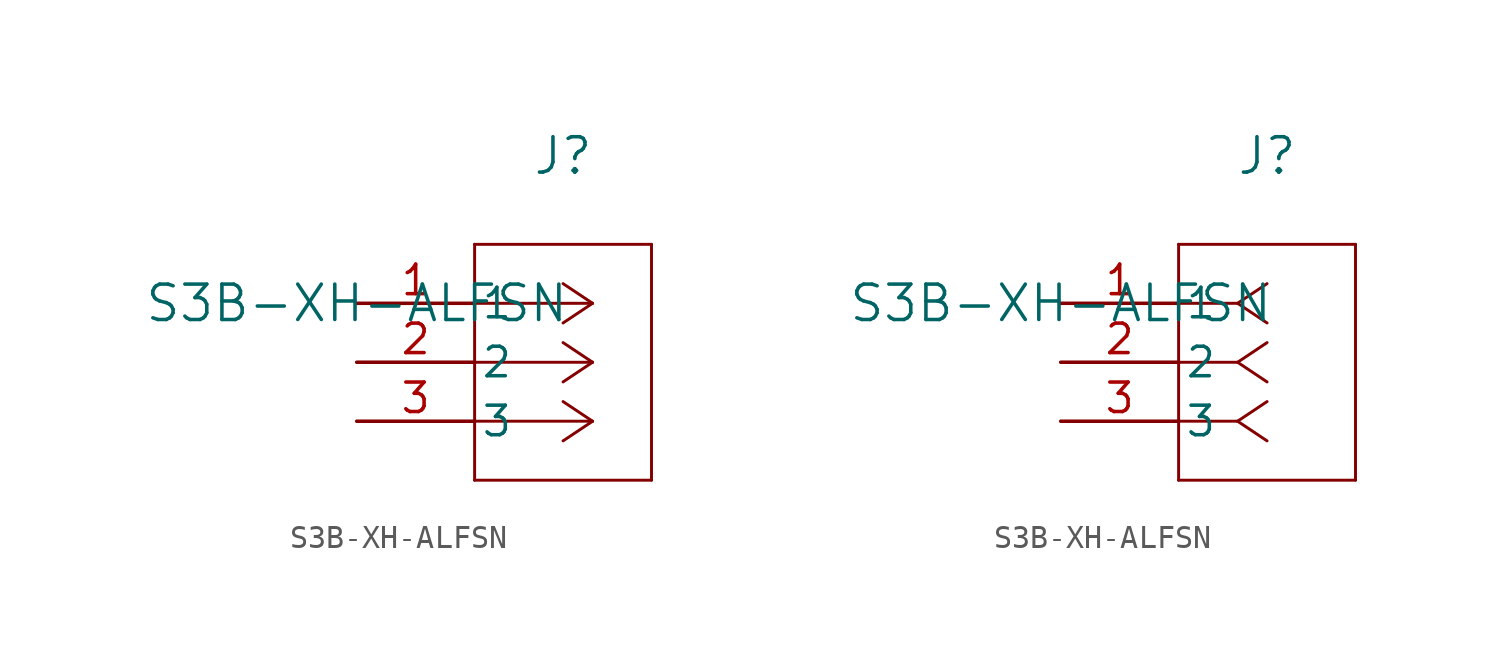
<source format=kicad_sym>
(kicad_symbol_lib
  (version 20211014)
  (generator kicad_symbol_editor)
  (symbol "S3B-XH-ALFSN"
    (pin_names
      (offset 0.254))
    (property "Reference" "J"
      (at 8.89 6.35 0)
      (effects (font (size 1.524 1.524))))
    (property "Value" "S3B-XH-ALFSN"
      (at 0 0 0)
      (effects (font (size 1.524 1.524))))
    (symbol "S3B-XH-ALFSN_1_1"
      (polyline (pts (xy 10.16 0) (xy 5.08 0)) (stroke (width 0.127) (type default) (color 0 0 0 0)) (fill (type none)))
      (polyline (pts (xy 10.16 -2.54) (xy 5.08 -2.54)) (stroke (width 0.127) (type default) (color 0 0 0 0)) (fill (type none)))
      (polyline (pts (xy 10.16 -5.08) (xy 5.08 -5.08)) (stroke (width 0.127) (type default) (color 0 0 0 0)) (fill (type none)))
      (polyline (pts (xy 10.16 0) (xy 8.89 0.847)) (stroke (width 0.127) (type default) (color 0 0 0 0)) (fill (type none)))
      (polyline (pts (xy 10.16 -2.54) (xy 8.89 -1.693)) (stroke (width 0.127) (type default) (color 0 0 0 0)) (fill (type none)))
      (polyline (pts (xy 10.16 -5.08) (xy 8.89 -4.233)) (stroke (width 0.127) (type default) (color 0 0 0 0)) (fill (type none)))
      (polyline (pts (xy 10.16 0) (xy 8.89 -0.847)) (stroke (width 0.127) (type default) (color 0 0 0 0)) (fill (type none)))
      (polyline (pts (xy 10.16 -2.54) (xy 8.89 -3.387)) (stroke (width 0.127) (type default) (color 0 0 0 0)) (fill (type none)))
      (polyline (pts (xy 10.16 -5.08) (xy 8.89 -5.927)) (stroke (width 0.127) (type default) (color 0 0 0 0)) (fill (type none)))
      (polyline (pts (xy 5.08 2.54) (xy 5.08 -7.62)) (stroke (width 0.127) (type default) (color 0 0 0 0)) (fill (type none)))
      (polyline (pts (xy 5.08 -7.62) (xy 12.7 -7.62)) (stroke (width 0.127) (type default) (color 0 0 0 0)) (fill (type none)))
      (polyline (pts (xy 12.7 -7.62) (xy 12.7 2.54)) (stroke (width 0.127) (type default) (color 0 0 0 0)) (fill (type none)))
      (polyline (pts (xy 12.7 2.54) (xy 5.08 2.54)) (stroke (width 0.127) (type default) (color 0 0 0 0)) (fill (type none)))
      (pin unspecified line (at 0 0 0) (length 5.08) (name "1" (effects (font (size 1.27 1.27)))) (number "1" (effects (font (size 1.27 1.27)))))
      (pin unspecified line (at 0 -2.54 0) (length 5.08) (name "2" (effects (font (size 1.27 1.27)))) (number "2" (effects (font (size 1.27 1.27)))))
      (pin unspecified line (at 0 -5.08 0) (length 5.08) (name "3" (effects (font (size 1.27 1.27)))) (number "3" (effects (font (size 1.27 1.27))))))
    (symbol "S3B-XH-ALFSN_1_2"
      (polyline (pts (xy 7.62 0) (xy 5.08 0)) (stroke (width 0.127) (type default) (color 0 0 0 0)) (fill (type none)))
      (polyline (pts (xy 7.62 -2.54) (xy 5.08 -2.54)) (stroke (width 0.127) (type default) (color 0 0 0 0)) (fill (type none)))
      (polyline (pts (xy 7.62 -5.08) (xy 5.08 -5.08)) (stroke (width 0.127) (type default) (color 0 0 0 0)) (fill (type none)))
      (polyline (pts (xy 7.62 0) (xy 8.89 0.847)) (stroke (width 0.127) (type default) (color 0 0 0 0)) (fill (type none)))
      (polyline (pts (xy 7.62 -2.54) (xy 8.89 -1.693)) (stroke (width 0.127) (type default) (color 0 0 0 0)) (fill (type none)))
      (polyline (pts (xy 7.62 -5.08) (xy 8.89 -4.233)) (stroke (width 0.127) (type default) (color 0 0 0 0)) (fill (type none)))
      (polyline (pts (xy 7.62 0) (xy 8.89 -0.847)) (stroke (width 0.127) (type default) (color 0 0 0 0)) (fill (type none)))
      (polyline (pts (xy 7.62 -2.54) (xy 8.89 -3.387)) (stroke (width 0.127) (type default) (color 0 0 0 0)) (fill (type none)))
      (polyline (pts (xy 7.62 -5.08) (xy 8.89 -5.927)) (stroke (width 0.127) (type default) (color 0 0 0 0)) (fill (type none)))
      (polyline (pts (xy 5.08 2.54) (xy 5.08 -7.62)) (stroke (width 0.127) (type default) (color 0 0 0 0)) (fill (type none)))
      (polyline (pts (xy 5.08 -7.62) (xy 12.7 -7.62)) (stroke (width 0.127) (type default) (color 0 0 0 0)) (fill (type none)))
      (polyline (pts (xy 12.7 -7.62) (xy 12.7 2.54)) (stroke (width 0.127) (type default) (color 0 0 0 0)) (fill (type none)))
      (polyline (pts (xy 12.7 2.54) (xy 5.08 2.54)) (stroke (width 0.127) (type default) (color 0 0 0 0)) (fill (type none)))
      (pin unspecified line (at 0 0 0) (length 5.08) (name "1" (effects (font (size 1.27 1.27)))) (number "1" (effects (font (size 1.27 1.27)))))
      (pin unspecified line (at 0 -2.54 0) (length 5.08) (name "2" (effects (font (size 1.27 1.27)))) (number "2" (effects (font (size 1.27 1.27)))))
      (pin unspecified line (at 0 -5.08 0) (length 5.08) (name "3" (effects (font (size 1.27 1.27)))) (number "3" (effects (font (size 1.27 1.27))))))))
</source>
